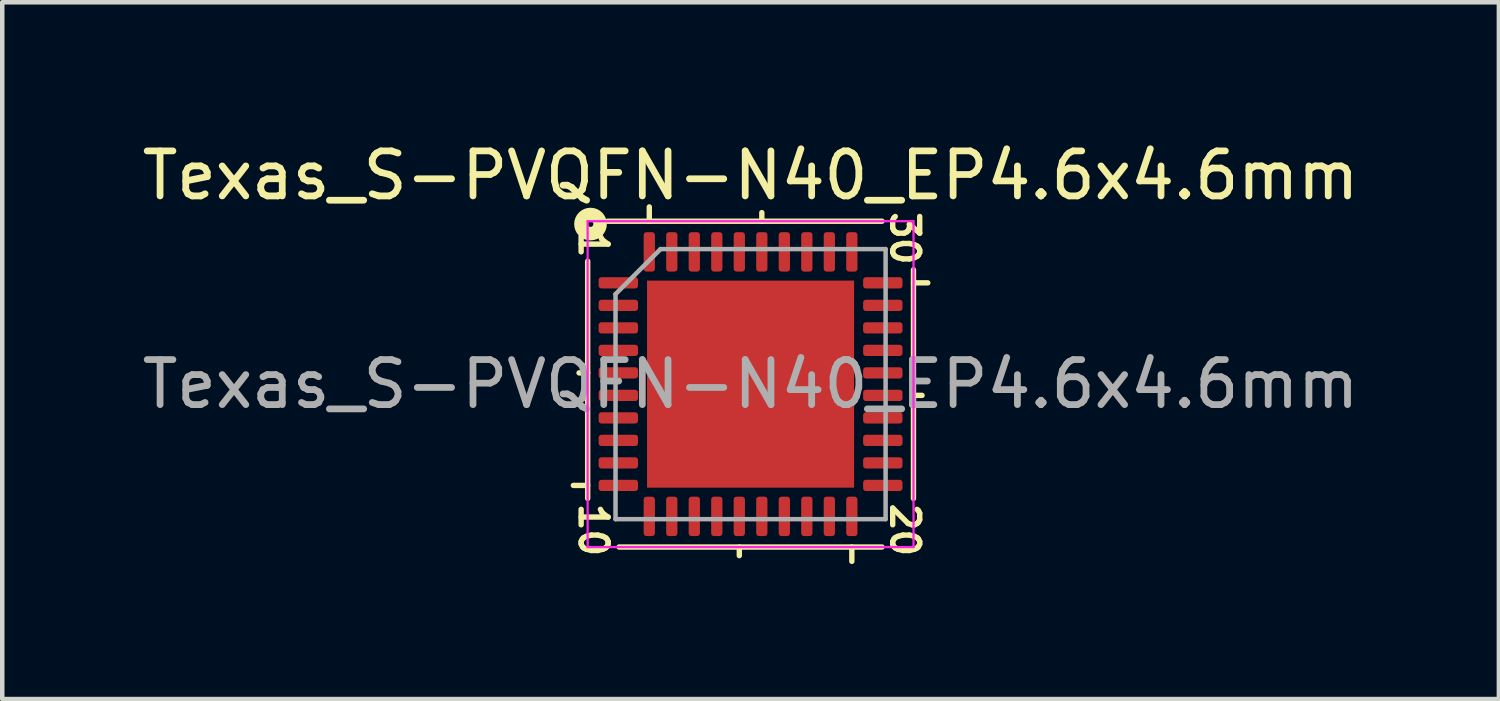
<source format=kicad_pcb>
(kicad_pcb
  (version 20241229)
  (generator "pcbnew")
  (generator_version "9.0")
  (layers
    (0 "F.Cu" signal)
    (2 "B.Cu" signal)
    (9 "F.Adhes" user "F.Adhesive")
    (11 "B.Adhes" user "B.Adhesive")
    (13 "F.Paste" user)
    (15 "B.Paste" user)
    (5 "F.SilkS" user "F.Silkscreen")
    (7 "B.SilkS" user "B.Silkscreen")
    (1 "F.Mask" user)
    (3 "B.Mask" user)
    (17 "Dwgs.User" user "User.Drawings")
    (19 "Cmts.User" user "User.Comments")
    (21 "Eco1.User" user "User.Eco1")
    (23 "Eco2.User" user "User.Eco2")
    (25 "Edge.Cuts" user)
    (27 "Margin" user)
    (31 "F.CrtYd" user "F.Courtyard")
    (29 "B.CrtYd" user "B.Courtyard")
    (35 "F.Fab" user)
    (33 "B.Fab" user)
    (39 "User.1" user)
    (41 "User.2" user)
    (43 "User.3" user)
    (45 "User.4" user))
  (footprint "Texas_S-PVQFN-N40_EP4.6x4.6mm"
    (layer "F.Cu")
    (at 13.625 5.484)
    (property "Reference" "Texas_S-PVQFN-N40_EP4.6x4.6mm" (at 0 -4.636 0) (layer "F.SilkS") (effects (font (size 1 1) (thickness 0.15))))
    (attr smd)
    (fp_line (start -3.619 -2.731) (end -3.619 2.54) (stroke (width 0.12) (type solid)) (layer "F.SilkS"))
    (fp_line (start -3.619 -0.25) (end -3.81 -0.25) (stroke (width 0.12) (type solid)) (layer "F.SilkS"))
    (fp_line (start -3.619 2.25) (end -3.937 2.25) (stroke (width 0.12) (type solid)) (layer "F.SilkS"))
    (fp_line (start -2.921 3.619) (end 2.921 3.619) (stroke (width 0.12) (type solid)) (layer "F.SilkS"))
    (fp_line (start -2.25 -3.619) (end -2.25 -3.937) (stroke (width 0.12) (type solid)) (layer "F.SilkS"))
    (fp_line (start -0.25 3.619) (end -0.25 3.81) (stroke (width 0.12) (type solid)) (layer "F.SilkS"))
    (fp_line (start 0.25 -3.619) (end 0.25 -3.81) (stroke (width 0.12) (type solid)) (layer "F.SilkS"))
    (fp_line (start 2.25 3.619) (end 2.25 3.937) (stroke (width 0.12) (type solid)) (layer "F.SilkS"))
    (fp_line (start 2.921 -3.619) (end -3.175 -3.619) (stroke (width 0.12) (type solid)) (layer "F.SilkS"))
    (fp_line (start 3.619 -2.25) (end 3.937 -2.25) (stroke (width 0.12) (type solid)) (layer "F.SilkS"))
    (fp_line (start 3.619 0.25) (end 3.81 0.25) (stroke (width 0.12) (type solid)) (layer "F.SilkS"))
    (fp_line (start 3.619 2.54) (end 3.619 -2.54) (stroke (width 0.12) (type solid)) (layer "F.SilkS"))
    (fp_circle (center -3.556 -3.556) (end -3.493 -3.556) (stroke (width 0.3) (type solid)) (fill no) (layer "F.SilkS"))
    (fp_line (start -3.62 -3.62) (end -3.62 3.62) (stroke (width 0.05) (type solid)) (layer "F.CrtYd"))
    (fp_line (start -3.62 3.62) (end 3.62 3.62) (stroke (width 0.05) (type solid)) (layer "F.CrtYd"))
    (fp_line (start 3.62 -3.62) (end -3.62 -3.62) (stroke (width 0.05) (type solid)) (layer "F.CrtYd"))
    (fp_line (start 3.62 3.62) (end 3.62 -3.62) (stroke (width 0.05) (type solid)) (layer "F.CrtYd"))
    (fp_line (start -3 -2) (end -2 -3) (stroke (width 0.1) (type solid)) (layer "F.Fab"))
    (fp_line (start -3 3) (end -3 -2) (stroke (width 0.1) (type solid)) (layer "F.Fab"))
    (fp_line (start -2 -3) (end 3 -3) (stroke (width 0.1) (type solid)) (layer "F.Fab"))
    (fp_line (start 3 -3) (end 3 3) (stroke (width 0.1) (type solid)) (layer "F.Fab"))
    (fp_line (start 3 3) (end -3 3) (stroke (width 0.1) (type solid)) (layer "F.Fab"))
    (fp_text user "1" (at -3.493 -3.111 270) (unlocked yes) (layer "F.SilkS") (effects (font (size 0.6 0.6) (thickness 0.12))))
    (fp_text user "30" (at 3.429 -3.239 270) (unlocked yes) (layer "F.SilkS") (effects (font (size 0.6 0.6) (thickness 0.12))))
    (fp_text user "20" (at 3.429 3.239 270) (unlocked yes) (layer "F.SilkS") (effects (font (size 0.6 0.6) (thickness 0.12))))
    (fp_text user "10" (at -3.493 3.239 270) (unlocked yes) (layer "F.SilkS") (effects (font (size 0.6 0.6) (thickness 0.12))))
    (fp_text user "${REFERENCE}" (at 0 0 0) (layer "F.Fab") (effects (font (size 1 1) (thickness 0.15))))
    (pad "" smd roundrect (at -1.53 -1.53) (size 1.24 1.24) (layers "F.Paste") (roundrect_rratio 0.202))
    (pad "" smd roundrect (at -1.53 0) (size 1.24 1.24) (layers "F.Paste") (roundrect_rratio 0.202))
    (pad "" smd roundrect (at -1.53 1.53) (size 1.24 1.24) (layers "F.Paste") (roundrect_rratio 0.202))
    (pad "" smd roundrect (at 0 -1.53) (size 1.24 1.24) (layers "F.Paste") (roundrect_rratio 0.202))
    (pad "" smd roundrect (at 0 0) (size 1.24 1.24) (layers "F.Paste") (roundrect_rratio 0.202))
    (pad "" smd roundrect (at 0 1.53) (size 1.24 1.24) (layers "F.Paste") (roundrect_rratio 0.202))
    (pad "" smd roundrect (at 1.53 -1.53) (size 1.24 1.24) (layers "F.Paste") (roundrect_rratio 0.202))
    (pad "" smd roundrect (at 1.53 0) (size 1.24 1.24) (layers "F.Paste") (roundrect_rratio 0.202))
    (pad "" smd roundrect (at 1.53 1.53) (size 1.24 1.24) (layers "F.Paste") (roundrect_rratio 0.202))
    (pad "1" smd roundrect (at -2.938 -2.25) (size 0.875 0.25) (layers "F.Cu" "F.Mask" "F.Paste") (roundrect_rratio 0.25))
    (pad "2" smd roundrect (at -2.938 -1.75) (size 0.875 0.25) (layers "F.Cu" "F.Mask" "F.Paste") (roundrect_rratio 0.25))
    (pad "3" smd roundrect (at -2.938 -1.25) (size 0.875 0.25) (layers "F.Cu" "F.Mask" "F.Paste") (roundrect_rratio 0.25))
    (pad "4" smd roundrect (at -2.938 -0.75) (size 0.875 0.25) (layers "F.Cu" "F.Mask" "F.Paste") (roundrect_rratio 0.25))
    (pad "5" smd roundrect (at -2.938 -0.25) (size 0.875 0.25) (layers "F.Cu" "F.Mask" "F.Paste") (roundrect_rratio 0.25))
    (pad "6" smd roundrect (at -2.938 0.25) (size 0.875 0.25) (layers "F.Cu" "F.Mask" "F.Paste") (roundrect_rratio 0.25))
    (pad "7" smd roundrect (at -2.938 0.75) (size 0.875 0.25) (layers "F.Cu" "F.Mask" "F.Paste") (roundrect_rratio 0.25))
    (pad "8" smd roundrect (at -2.938 1.25) (size 0.875 0.25) (layers "F.Cu" "F.Mask" "F.Paste") (roundrect_rratio 0.25))
    (pad "9" smd roundrect (at -2.938 1.75) (size 0.875 0.25) (layers "F.Cu" "F.Mask" "F.Paste") (roundrect_rratio 0.25))
    (pad "10" smd roundrect (at -2.938 2.25) (size 0.875 0.25) (layers "F.Cu" "F.Mask" "F.Paste") (roundrect_rratio 0.25))
    (pad "11" smd roundrect (at -2.25 2.938) (size 0.25 0.875) (layers "F.Cu" "F.Mask" "F.Paste") (roundrect_rratio 0.25))
    (pad "12" smd roundrect (at -1.75 2.938) (size 0.25 0.875) (layers "F.Cu" "F.Mask" "F.Paste") (roundrect_rratio 0.25))
    (pad "13" smd roundrect (at -1.25 2.938) (size 0.25 0.875) (layers "F.Cu" "F.Mask" "F.Paste") (roundrect_rratio 0.25))
    (pad "14" smd roundrect (at -0.75 2.938) (size 0.25 0.875) (layers "F.Cu" "F.Mask" "F.Paste") (roundrect_rratio 0.25))
    (pad "15" smd roundrect (at -0.25 2.938) (size 0.25 0.875) (layers "F.Cu" "F.Mask" "F.Paste") (roundrect_rratio 0.25))
    (pad "16" smd roundrect (at 0.25 2.938) (size 0.25 0.875) (layers "F.Cu" "F.Mask" "F.Paste") (roundrect_rratio 0.25))
    (pad "17" smd roundrect (at 0.75 2.938) (size 0.25 0.875) (layers "F.Cu" "F.Mask" "F.Paste") (roundrect_rratio 0.25))
    (pad "18" smd roundrect (at 1.25 2.938) (size 0.25 0.875) (layers "F.Cu" "F.Mask" "F.Paste") (roundrect_rratio 0.25))
    (pad "19" smd roundrect (at 1.75 2.938) (size 0.25 0.875) (layers "F.Cu" "F.Mask" "F.Paste") (roundrect_rratio 0.25))
    (pad "20" smd roundrect (at 2.25 2.938) (size 0.25 0.875) (layers "F.Cu" "F.Mask" "F.Paste") (roundrect_rratio 0.25))
    (pad "21" smd roundrect (at 2.938 2.25) (size 0.875 0.25) (layers "F.Cu" "F.Mask" "F.Paste") (roundrect_rratio 0.25))
    (pad "22" smd roundrect (at 2.938 1.75) (size 0.875 0.25) (layers "F.Cu" "F.Mask" "F.Paste") (roundrect_rratio 0.25))
    (pad "23" smd roundrect (at 2.938 1.25) (size 0.875 0.25) (layers "F.Cu" "F.Mask" "F.Paste") (roundrect_rratio 0.25))
    (pad "24" smd roundrect (at 2.938 0.75) (size 0.875 0.25) (layers "F.Cu" "F.Mask" "F.Paste") (roundrect_rratio 0.25))
    (pad "25" smd roundrect (at 2.938 0.25) (size 0.875 0.25) (layers "F.Cu" "F.Mask" "F.Paste") (roundrect_rratio 0.25))
    (pad "26" smd roundrect (at 2.938 -0.25) (size 0.875 0.25) (layers "F.Cu" "F.Mask" "F.Paste") (roundrect_rratio 0.25))
    (pad "27" smd roundrect (at 2.938 -0.75) (size 0.875 0.25) (layers "F.Cu" "F.Mask" "F.Paste") (roundrect_rratio 0.25))
    (pad "28" smd roundrect (at 2.938 -1.25) (size 0.875 0.25) (layers "F.Cu" "F.Mask" "F.Paste") (roundrect_rratio 0.25))
    (pad "29" smd roundrect (at 2.938 -1.75) (size 0.875 0.25) (layers "F.Cu" "F.Mask" "F.Paste") (roundrect_rratio 0.25))
    (pad "30" smd roundrect (at 2.938 -2.25) (size 0.875 0.25) (layers "F.Cu" "F.Mask" "F.Paste") (roundrect_rratio 0.25))
    (pad "31" smd roundrect (at 2.25 -2.938) (size 0.25 0.875) (layers "F.Cu" "F.Mask" "F.Paste") (roundrect_rratio 0.25))
    (pad "32" smd roundrect (at 1.75 -2.938) (size 0.25 0.875) (layers "F.Cu" "F.Mask" "F.Paste") (roundrect_rratio 0.25))
    (pad "33" smd roundrect (at 1.25 -2.938) (size 0.25 0.875) (layers "F.Cu" "F.Mask" "F.Paste") (roundrect_rratio 0.25))
    (pad "34" smd roundrect (at 0.75 -2.938) (size 0.25 0.875) (layers "F.Cu" "F.Mask" "F.Paste") (roundrect_rratio 0.25))
    (pad "35" smd roundrect (at 0.25 -2.938) (size 0.25 0.875) (layers "F.Cu" "F.Mask" "F.Paste") (roundrect_rratio 0.25))
    (pad "36" smd roundrect (at -0.25 -2.938) (size 0.25 0.875) (layers "F.Cu" "F.Mask" "F.Paste") (roundrect_rratio 0.25))
    (pad "37" smd roundrect (at -0.75 -2.938) (size 0.25 0.875) (layers "F.Cu" "F.Mask" "F.Paste") (roundrect_rratio 0.25))
    (pad "38" smd roundrect (at -1.25 -2.938) (size 0.25 0.875) (layers "F.Cu" "F.Mask" "F.Paste") (roundrect_rratio 0.25))
    (pad "39" smd roundrect (at -1.75 -2.938) (size 0.25 0.875) (layers "F.Cu" "F.Mask" "F.Paste") (roundrect_rratio 0.25))
    (pad "40" smd roundrect (at -2.25 -2.938) (size 0.25 0.875) (layers "F.Cu" "F.Mask" "F.Paste") (roundrect_rratio 0.25))
    (pad "41" smd rect (at 0 0) (size 4.6 4.6) (layers "F.Cu" "F.Mask")))
  (gr_rect
    (start -3 -3)
    (end 30.25 12.481)
    (stroke (width 0.1) (type default))
    (fill no)
    (layer "Edge.Cuts")))
</source>
